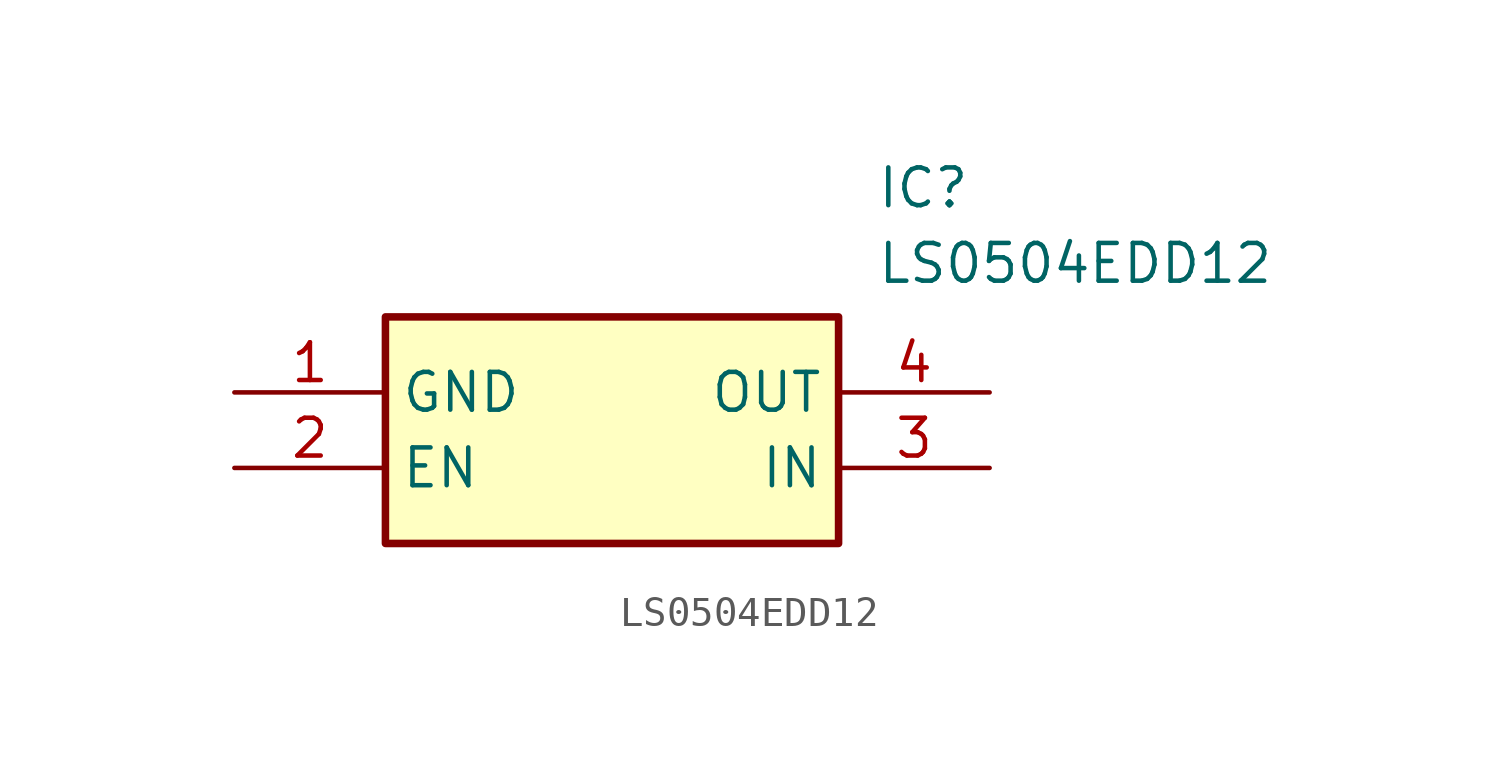
<source format=kicad_sym>
(kicad_symbol_lib
  (version 20211014)
  (generator SamacSys_ECAD_Model)
  (symbol "LS0504EDD12"
    (property "Reference" "IC"
      (at 21.59 7.62 0)
      (effects (font (size 1.27 1.27)) (justify left top)))
    (property "Value" "LS0504EDD12"
      (at 21.59 5.08 0)
      (effects (font (size 1.27 1.27)) (justify left top)))
    (rectangle
      (start 5.08 2.54)
      (end 20.32 -5.08)
      (stroke (width 0.254) (type default))
      (fill (type background)))
    (pin passive line
      (at 0 0 0)
      (length 5.08)
      (name "GND" (effects (font (size 1.27 1.27))))
      (number "1" (effects (font (size 1.27 1.27)))))
    (pin passive line
      (at 0 -2.54 0)
      (length 5.08)
      (name "EN" (effects (font (size 1.27 1.27))))
      (number "2" (effects (font (size 1.27 1.27)))))
    (pin passive line
      (at 25.4 0 180)
      (length 5.08)
      (name "OUT" (effects (font (size 1.27 1.27))))
      (number "4" (effects (font (size 1.27 1.27)))))
    (pin passive line
      (at 25.4 -2.54 180)
      (length 5.08)
      (name "IN" (effects (font (size 1.27 1.27))))
      (number "3" (effects (font (size 1.27 1.27)))))))
</source>
